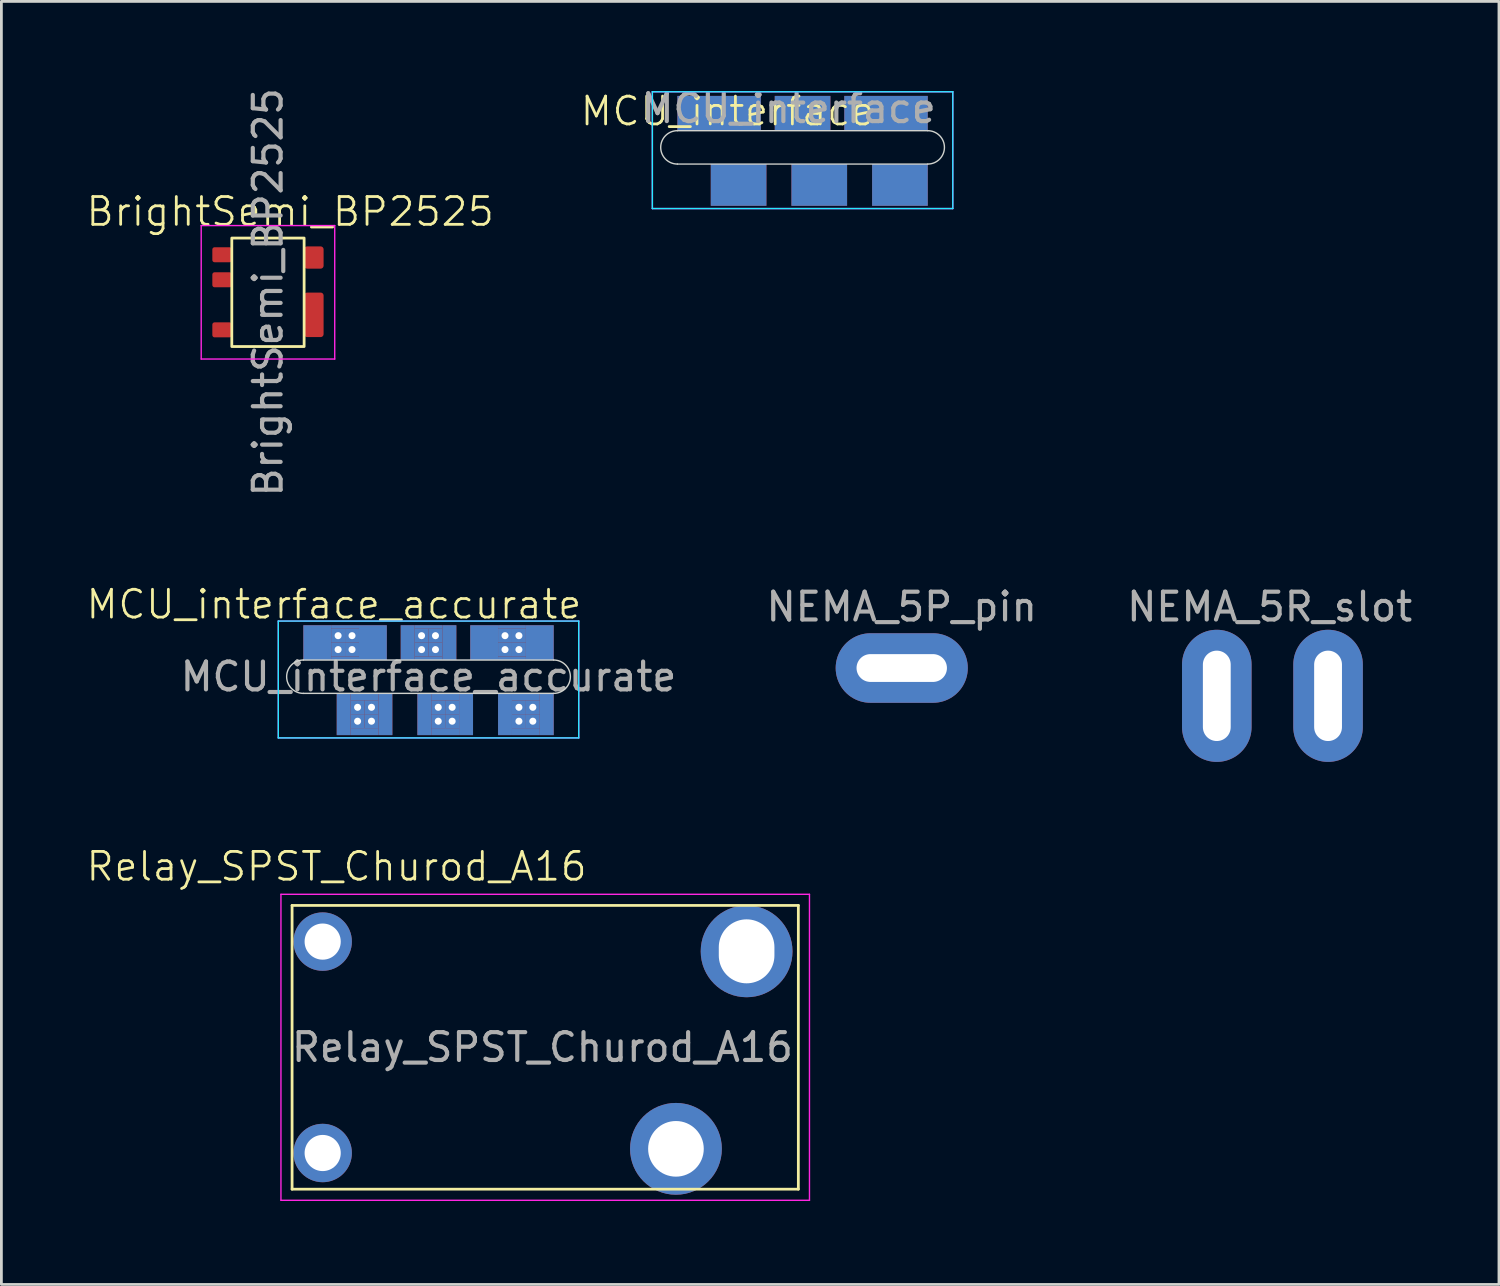
<source format=kicad_pcb>
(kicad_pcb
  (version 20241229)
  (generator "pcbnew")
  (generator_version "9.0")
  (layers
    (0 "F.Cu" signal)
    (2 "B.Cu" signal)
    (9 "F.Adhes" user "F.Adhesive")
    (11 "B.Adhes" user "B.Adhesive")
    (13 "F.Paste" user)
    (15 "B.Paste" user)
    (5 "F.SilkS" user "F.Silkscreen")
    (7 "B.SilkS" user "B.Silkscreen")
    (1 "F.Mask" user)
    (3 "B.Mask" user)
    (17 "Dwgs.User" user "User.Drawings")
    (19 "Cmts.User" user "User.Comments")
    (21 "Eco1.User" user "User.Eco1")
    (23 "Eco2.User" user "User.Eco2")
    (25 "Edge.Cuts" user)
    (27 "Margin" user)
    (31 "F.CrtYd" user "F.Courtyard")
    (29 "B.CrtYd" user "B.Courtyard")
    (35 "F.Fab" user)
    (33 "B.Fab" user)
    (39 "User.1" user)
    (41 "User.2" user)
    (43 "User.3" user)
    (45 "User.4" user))
  (footprint "MCU_interface_accurate"
    (layer "F.Cu")
    (at 12.355 21.277)
    (property "Reference" "MCU_interface_accurate" (at -3.4 -2.6 0) (unlocked yes) (layer "F.SilkS") (effects (font (size 1 1) (thickness 0.1))))
    (attr through_hole)
    (fp_line (start -4.5 -0.6) (end 4.5 -0.6) (stroke (width 0.05) (type default)) (layer "Edge.Cuts"))
    (fp_line (start -4.5 0.6) (end 4.5 0.6) (stroke (width 0.05) (type default)) (layer "Edge.Cuts"))
    (fp_arc (start -4.5 0.6) (mid -5.1 0) (end -4.5 -0.6) (stroke (width 0.05) (type default)) (layer "Edge.Cuts"))
    (fp_arc (start 4.5 -0.6) (mid 5.1 0) (end 4.5 0.6) (stroke (width 0.05) (type default)) (layer "Edge.Cuts"))
    (fp_line (start -5.4 -2) (end -5.4 2.2) (stroke (width 0.05) (type default)) (layer "B.CrtYd"))
    (fp_line (start -5.4 2.2) (end 5.4 2.2) (stroke (width 0.05) (type default)) (layer "B.CrtYd"))
    (fp_line (start 5.4 -2) (end -5.4 -2) (stroke (width 0.05) (type default)) (layer "B.CrtYd"))
    (fp_line (start 5.4 2.2) (end 5.4 -2) (stroke (width 0.05) (type default)) (layer "B.CrtYd"))
    (fp_line (start -5.4 -2) (end -5.4 2.2) (stroke (width 0.05) (type default)) (layer "F.CrtYd"))
    (fp_line (start -5.4 2.2) (end 5.4 2.2) (stroke (width 0.05) (type default)) (layer "F.CrtYd"))
    (fp_line (start 5.4 -2) (end -5.4 -2) (stroke (width 0.05) (type default)) (layer "F.CrtYd"))
    (fp_line (start 5.4 2.2) (end 5.4 -2) (stroke (width 0.05) (type default)) (layer "F.CrtYd"))
    (fp_text user "${REFERENCE}" (at 0 0 0) (unlocked yes) (layer "F.Fab") (effects (font (size 1 1) (thickness 0.15))))
    (pad "" smd rect (at -3.05 1.35) (size 0.5 1.5) (layers "F.Cu" "F.Mask" "F.Paste"))
    (pad "" smd rect (at -3.05 1.35) (size 0.5 1.5) (layers "B.Cu"))
    (pad "" thru_hole rect (at -2.55 1.1) (size 0.5 0.5) (drill 0.254) (layers "*.Cu" "*.Mask"))
    (pad "" thru_hole rect (at -2.55 1.6) (size 0.5 0.5) (drill 0.254) (layers "*.Cu" "*.Mask"))
    (pad "" smd rect (at -2.3 0.725) (size 1 0.25) (layers "F.Cu" "F.Mask" "F.Paste"))
    (pad "" smd rect (at -2.3 0.725) (size 1 0.25) (layers "B.Cu"))
    (pad "" smd rect (at -2.3 1.975) (size 1 0.25) (layers "F.Cu" "F.Mask" "F.Paste"))
    (pad "" smd rect (at -2.3 1.975) (size 1 0.25) (layers "B.Cu"))
    (pad "" thru_hole rect (at -2.05 1.1) (size 0.5 0.5) (drill 0.254) (layers "*.Cu" "*.Mask"))
    (pad "" thru_hole rect (at -2.05 1.6) (size 0.5 0.5) (drill 0.254) (layers "*.Cu" "*.Mask"))
    (pad "" smd rect (at -1.55 1.35) (size 0.5 1.5) (layers "F.Cu" "F.Mask" "F.Paste"))
    (pad "" smd rect (at -1.55 1.35) (size 0.5 1.5) (layers "B.Cu"))
    (pad "" smd rect (at -0.75 -1.225) (size 0.5 1.25) (layers "F.Cu" "F.Mask"))
    (pad "" smd rect (at -0.75 -1.225) (size 0.5 1.25) (layers "B.Cu"))
    (pad "" thru_hole rect (at -0.25 -1.475) (size 0.5 0.5) (drill 0.254) (layers "*.Cu" "F.Mask"))
    (pad "" thru_hole rect (at -0.25 -0.975) (size 0.5 0.5) (drill 0.254) (layers "*.Cu" "F.Mask"))
    (pad "" smd rect (at 0 -1.788) (size 1 0.125) (layers "F.Cu" "F.Mask"))
    (pad "" smd rect (at 0 -1.788) (size 1 0.125) (layers "B.Cu"))
    (pad "" smd rect (at 0 -0.662) (size 1 0.125) (layers "F.Cu" "F.Mask"))
    (pad "" smd rect (at 0 -0.662) (size 1 0.125) (layers "B.Cu"))
    (pad "" thru_hole rect (at 0.25 -1.475) (size 0.5 0.5) (drill 0.254) (layers "*.Cu" "F.Mask"))
    (pad "" thru_hole rect (at 0.25 -0.975) (size 0.5 0.5) (drill 0.254) (layers "*.Cu" "F.Mask"))
    (pad "" smd rect (at 0.75 -1.225) (size 0.5 1.25) (layers "F.Cu" "F.Mask"))
    (pad "" smd rect (at 0.75 -1.225) (size 0.5 1.25) (layers "B.Cu"))
    (pad "" smd rect (at 2 -1.225) (size 1 1.25) (layers "F.Cu" "F.Mask"))
    (pad "" smd rect (at 2 -1.225) (size 1 1.25) (layers "B.Cu"))
    (pad "" thru_hole rect (at 2.75 -1.475) (size 0.5 0.5) (drill 0.254) (layers "*.Cu" "F.Mask"))
    (pad "" thru_hole rect (at 2.75 -0.975) (size 0.5 0.5) (drill 0.254) (layers "*.Cu" "F.Mask"))
    (pad "" smd rect (at 3 -1.788) (size 1 0.125) (layers "F.Cu" "F.Mask"))
    (pad "" smd rect (at 3 -1.788) (size 1 0.125) (layers "B.Cu"))
    (pad "" smd rect (at 3 -0.662) (size 1 0.125) (layers "F.Cu" "F.Mask"))
    (pad "" smd rect (at 3 -0.662) (size 1 0.125) (layers "B.Cu"))
    (pad "" thru_hole rect (at 3.25 -1.475) (size 0.5 0.5) (drill 0.254) (layers "*.Cu" "F.Mask"))
    (pad "" thru_hole rect (at 3.25 -0.975) (size 0.5 0.5) (drill 0.254) (layers "*.Cu" "F.Mask"))
    (pad "" smd rect (at 4 -1.225) (size 1 1.25) (layers "F.Cu" "F.Mask"))
    (pad "" smd rect (at 4 -1.225) (size 1 1.25) (layers "B.Cu"))
    (pad "1" smd rect (at 2.75 1.35) (size 0.5 1.5) (layers "F.Cu" "F.Mask"))
    (pad "1" smd rect (at 2.75 1.35) (size 0.5 1.5) (layers "B.Cu"))
    (pad "1" thru_hole rect (at 3.25 1.1) (size 0.5 0.5) (drill 0.254) (layers "*.Cu" "*.Mask"))
    (pad "1" thru_hole rect (at 3.25 1.6) (size 0.5 0.5) (drill 0.254) (layers "*.Cu" "*.Mask"))
    (pad "1" smd rect (at 3.5 0.725) (size 1 0.25) (layers "F.Cu" "F.Mask"))
    (pad "1" smd rect (at 3.5 0.725) (size 1 0.25) (layers "B.Cu"))
    (pad "1" smd rect (at 3.5 1.975) (size 1 0.25) (layers "F.Cu" "F.Mask"))
    (pad "1" smd rect (at 3.5 1.975) (size 1 0.25) (layers "B.Cu"))
    (pad "1" thru_hole rect (at 3.75 1.1) (size 0.5 0.5) (drill 0.254) (layers "*.Cu" "*.Mask"))
    (pad "1" thru_hole rect (at 3.75 1.6) (size 0.5 0.5) (drill 0.254) (layers "*.Cu" "*.Mask"))
    (pad "1" smd rect (at 4.25 1.35) (size 0.5 1.5) (layers "F.Cu" "F.Mask"))
    (pad "1" smd rect (at 4.25 1.35) (size 0.5 1.5) (layers "B.Cu"))
    (pad "2" smd rect (at -0.15 1.35) (size 0.5 1.5) (layers "F.Cu" "F.Mask" "F.Paste"))
    (pad "2" smd rect (at -0.15 1.35) (size 0.5 1.5) (layers "B.Cu"))
    (pad "2" thru_hole rect (at 0.35 1.1) (size 0.5 0.5) (drill 0.254) (layers "*.Cu" "*.Mask"))
    (pad "2" thru_hole rect (at 0.35 1.6) (size 0.5 0.5) (drill 0.254) (layers "*.Cu" "*.Mask"))
    (pad "2" smd rect (at 0.6 0.725) (size 1 0.25) (layers "F.Cu" "F.Mask" "F.Paste"))
    (pad "2" smd rect (at 0.6 0.725) (size 1 0.25) (layers "B.Cu"))
    (pad "2" smd rect (at 0.6 1.975) (size 1 0.25) (layers "F.Cu" "F.Mask" "F.Paste"))
    (pad "2" smd rect (at 0.6 1.975) (size 1 0.25) (layers "B.Cu"))
    (pad "2" thru_hole rect (at 0.85 1.1) (size 0.5 0.5) (drill 0.254) (layers "*.Cu" "*.Mask"))
    (pad "2" thru_hole rect (at 0.85 1.6) (size 0.5 0.5) (drill 0.254) (layers "*.Cu" "*.Mask"))
    (pad "2" smd rect (at 1.35 1.35) (size 0.5 1.5) (layers "F.Cu" "F.Mask" "F.Paste"))
    (pad "2" smd rect (at 1.35 1.35) (size 0.5 1.5) (layers "B.Cu"))
    (pad "3" smd rect (at -4 -1.225) (size 1 1.25) (layers "F.Cu" "F.Mask"))
    (pad "3" smd rect (at -4 -1.225) (size 1 1.25) (layers "B.Cu"))
    (pad "3" thru_hole rect (at -3.25 -1.475) (size 0.5 0.5) (drill 0.254) (layers "*.Cu" "F.Mask"))
    (pad "3" thru_hole rect (at -3.25 -0.975) (size 0.5 0.5) (drill 0.254) (layers "*.Cu" "F.Mask"))
    (pad "3" smd rect (at -3 -1.788) (size 1 0.125) (layers "F.Cu" "F.Mask"))
    (pad "3" smd rect (at -3 -1.788) (size 1 0.125) (layers "B.Cu"))
    (pad "3" smd rect (at -3 -0.662) (size 1 0.125) (layers "F.Cu" "F.Mask"))
    (pad "3" smd rect (at -3 -0.662) (size 1 0.125) (layers "B.Cu"))
    (pad "3" thru_hole rect (at -2.75 -1.475) (size 0.5 0.5) (drill 0.254) (layers "*.Cu" "F.Mask"))
    (pad "3" thru_hole rect (at -2.75 -0.975) (size 0.5 0.5) (drill 0.254) (layers "*.Cu" "F.Mask"))
    (pad "3" smd rect (at -2 -1.225) (size 1 1.25) (layers "F.Cu" "F.Mask"))
    (pad "3" smd rect (at -2 -1.225) (size 1 1.25) (layers "B.Cu")))
  (footprint "BrightSemi_BP2525"
    (layer "F.Cu")
    (at 6.583 7.458)
    (property "Reference" "BrightSemi_BP2525" (at 0.8 -2.9 0) (unlocked yes) (layer "F.SilkS") (effects (font (size 1 1) (thickness 0.1))))
    (attr smd)
    (fp_rect (start -1.3 -1.95) (end 1.3 1.95) (stroke (width 0.1) (type solid)) (fill no) (layer "F.SilkS"))
    (fp_line (start -2.4 -2.4) (end 2.4 -2.4) (stroke (width 0.05) (type default)) (layer "F.CrtYd"))
    (fp_line (start -2.4 2.4) (end -2.4 -2.4) (stroke (width 0.05) (type default)) (layer "F.CrtYd"))
    (fp_line (start 2.4 -2.4) (end 2.4 2.4) (stroke (width 0.05) (type default)) (layer "F.CrtYd"))
    (fp_line (start 2.4 2.4) (end -2.4 2.4) (stroke (width 0.05) (type default)) (layer "F.CrtYd"))
    (fp_text user "${REFERENCE}" (at 0 0 90) (unlocked yes) (layer "F.Fab") (effects (font (size 1 1) (thickness 0.15))))
    (pad "1" smd roundrect (at -1.65 -1.35) (size 0.7 0.54) (layers "F.Cu" "F.Mask" "F.Paste") (roundrect_rratio 0.15))
    (pad "2" smd roundrect (at -1.65 -0.45) (size 0.7 0.54) (layers "F.Cu" "F.Mask" "F.Paste") (roundrect_rratio 0.15))
    (pad "3" smd roundrect (at -1.65 1.35) (size 0.7 0.54) (layers "F.Cu" "F.Mask" "F.Paste") (roundrect_rratio 0.15))
    (pad "4" smd roundrect (at 1.65 0.81) (size 0.7 1.6) (layers "F.Cu" "F.Mask" "F.Paste") (roundrect_rratio 0.15))
    (pad "5" smd roundrect (at 1.65 -1.25) (size 0.7 0.8) (layers "F.Cu" "F.Mask" "F.Paste") (roundrect_rratio 0.15)))
  (footprint "MCU_interface"
    (layer "F.Cu")
    (at 25.802 2.248)
    (property "Reference" "MCU_interface" (at -2.7 -1.3 0) (unlocked yes) (layer "F.SilkS") (effects (font (size 1 1) (thickness 0.1))))
    (attr through_hole)
    (fp_line (start -4.5 -0.6) (end 4.5 -0.6) (stroke (width 0.05) (type default)) (layer "Edge.Cuts"))
    (fp_line (start -4.5 0.6) (end 4.5 0.6) (stroke (width 0.05) (type default)) (layer "Edge.Cuts"))
    (fp_arc (start -4.5 0.6) (mid -5.1 0) (end -4.5 -0.6) (stroke (width 0.05) (type default)) (layer "Edge.Cuts"))
    (fp_arc (start 4.5 -0.6) (mid 5.1 0) (end 4.5 0.6) (stroke (width 0.05) (type default)) (layer "Edge.Cuts"))
    (fp_line (start -5.4 -2) (end -5.4 2.2) (stroke (width 0.05) (type default)) (layer "B.CrtYd"))
    (fp_line (start -5.4 2.2) (end 5.4 2.2) (stroke (width 0.05) (type default)) (layer "B.CrtYd"))
    (fp_line (start 5.4 -2) (end -5.4 -2) (stroke (width 0.05) (type default)) (layer "B.CrtYd"))
    (fp_line (start 5.4 2.2) (end 5.4 -2) (stroke (width 0.05) (type default)) (layer "B.CrtYd"))
    (fp_line (start -5.4 -2) (end -5.4 2.2) (stroke (width 0.05) (type default)) (layer "F.CrtYd"))
    (fp_line (start -5.4 2.2) (end 5.4 2.2) (stroke (width 0.05) (type default)) (layer "F.CrtYd"))
    (fp_line (start 5.4 -2) (end -5.4 -2) (stroke (width 0.05) (type default)) (layer "F.CrtYd"))
    (fp_line (start 5.4 2.2) (end 5.4 -2) (stroke (width 0.05) (type default)) (layer "F.CrtYd"))
    (fp_text user "${REFERENCE}" (at -0.5 -1.4 0) (unlocked yes) (layer "F.Fab") (effects (font (size 1 1) (thickness 0.15))))
    (pad "" smd rect (at -2.3 1.35) (size 2 1.5) (layers "F.Cu" "F.Mask" "F.Paste"))
    (pad "" smd rect (at -2.3 1.35) (size 2 1.5) (layers "B.Cu"))
    (pad "" smd rect (at 0 -1.225) (size 2 1.25) (layers "F.Cu" "F.Mask" "F.Paste"))
    (pad "" smd rect (at 0 -1.225) (size 2 1.25) (layers "B.Cu"))
    (pad "" smd rect (at 3 -1.225) (size 3 1.25) (layers "F.Cu" "F.Mask" "F.Paste"))
    (pad "" smd rect (at 3 -1.225) (size 3 1.25) (layers "B.Cu"))
    (pad "1" smd rect (at 3.5 1.35) (size 2 1.5) (layers "F.Cu" "F.Mask" "F.Paste"))
    (pad "1" smd rect (at 3.5 1.35) (size 2 1.5) (layers "B.Cu"))
    (pad "2" smd rect (at 0.6 1.35) (size 2 1.5) (layers "F.Cu" "F.Mask" "F.Paste"))
    (pad "2" smd rect (at 0.6 1.35) (size 2 1.5) (layers "B.Cu"))
    (pad "3" smd rect (at -3 -1.225) (size 3 1.25) (layers "F.Cu" "F.Mask" "F.Paste"))
    (pad "3" smd rect (at -3 -1.225) (size 3 1.25) (layers "B.Cu")))
  (footprint "NEMA_5P_pin"
    (layer "F.Cu")
    (at 29.367 20.965)
    (property "Reference" "NEMA_5P_pin" (at 0 -2.2 0) (unlocked yes) (layer "F.SilkS") (effects (font (size 1 1) (thickness 0.1))))
    (attr through_hole)
    (fp_text user "${REFERENCE}" (at 0 -2.2 0) (unlocked yes) (layer "F.Fab") (effects (font (size 1 1) (thickness 0.15))))
    (pad "1" thru_hole oval (at 0 0) (size 4.75 2.5) (drill oval 3.25 1) (layers "*.Cu" "*.Paste" "*.Mask")))
  (footprint "NEMA_5R_slot"
    (layer "F.Cu")
    (at 42.693 21.965)
    (property "Reference" "NEMA_5R_slot" (at -0.1 -3.2 0) (unlocked yes) (layer "F.SilkS") (effects (font (size 1 1) (thickness 0.1))))
    (attr through_hole)
    (fp_text user "${REFERENCE}" (at -0.1 -3.2 0) (unlocked yes) (layer "F.Fab") (effects (font (size 1 1) (thickness 0.15))))
    (pad "1" thru_hole oval (at -2 0 90) (size 4.75 2.5) (drill oval 3.25 1) (layers "*.Cu" "*.Paste" "*.Mask"))
    (pad "1" thru_hole oval (at 2 0 90) (size 4.75 2.5) (drill oval 3.25 1) (layers "*.Cu" "*.Paste" "*.Mask")))
  (footprint "Relay_SPST_Churod_A16"
    (layer "F.Cu")
    (at 8.55 30.8)
    (property "Reference" "Relay_SPST_Churod_A16" (at 0.5 -2.7 0) (unlocked yes) (layer "F.SilkS") (effects (font (size 1 1) (thickness 0.1))))
    (attr through_hole)
    (fp_line (start -1.1 -1.3) (end -1.1 8.9) (stroke (width 0.1) (type solid)) (layer "F.SilkS"))
    (fp_line (start -1.1 8.9) (end 17.1 8.9) (stroke (width 0.1) (type solid)) (layer "F.SilkS"))
    (fp_line (start 17.1 -1.3) (end -1.1 -1.3) (stroke (width 0.1) (type default)) (layer "F.SilkS"))
    (fp_line (start 17.1 8.9) (end 17.1 -1.3) (stroke (width 0.1) (type solid)) (layer "F.SilkS"))
    (fp_line (start -1.5 -1.7) (end -1.5 9.3) (stroke (width 0.05) (type default)) (layer "F.CrtYd"))
    (fp_line (start -1.5 9.3) (end 17.5 9.3) (stroke (width 0.05) (type default)) (layer "F.CrtYd"))
    (fp_line (start 17.5 -1.7) (end -1.5 -1.7) (stroke (width 0.05) (type default)) (layer "F.CrtYd"))
    (fp_line (start 17.5 9.3) (end 17.5 -1.7) (stroke (width 0.05) (type default)) (layer "F.CrtYd"))
    (fp_text user "${REFERENCE}" (at 7.9 3.8 0) (unlocked yes) (layer "F.Fab") (effects (font (size 1 1) (thickness 0.15))))
    (pad "13" thru_hole circle (at 12.7 7.45) (size 3.3 3.3) (drill 2) (layers "*.Cu" "*.Mask"))
    (pad "14" thru_hole circle (at 15.24 0.35) (size 3.3 3.3) (drill oval 2 2.3) (layers "*.Cu" "*.Mask"))
    (pad "A1" thru_hole circle (at 0 0) (size 2.1 2.1) (drill 1.3) (layers "*.Cu" "*.Paste" "*.Mask"))
    (pad "A2" thru_hole circle (at 0 7.6) (size 2.1 2.1) (drill 1.3) (layers "*.Cu" "*.Mask")))
  (gr_rect
    (start -3 -3)
    (end 50.837 43.125)
    (stroke (width 0.1) (type default))
    (fill no)
    (layer "Edge.Cuts")))
</source>
